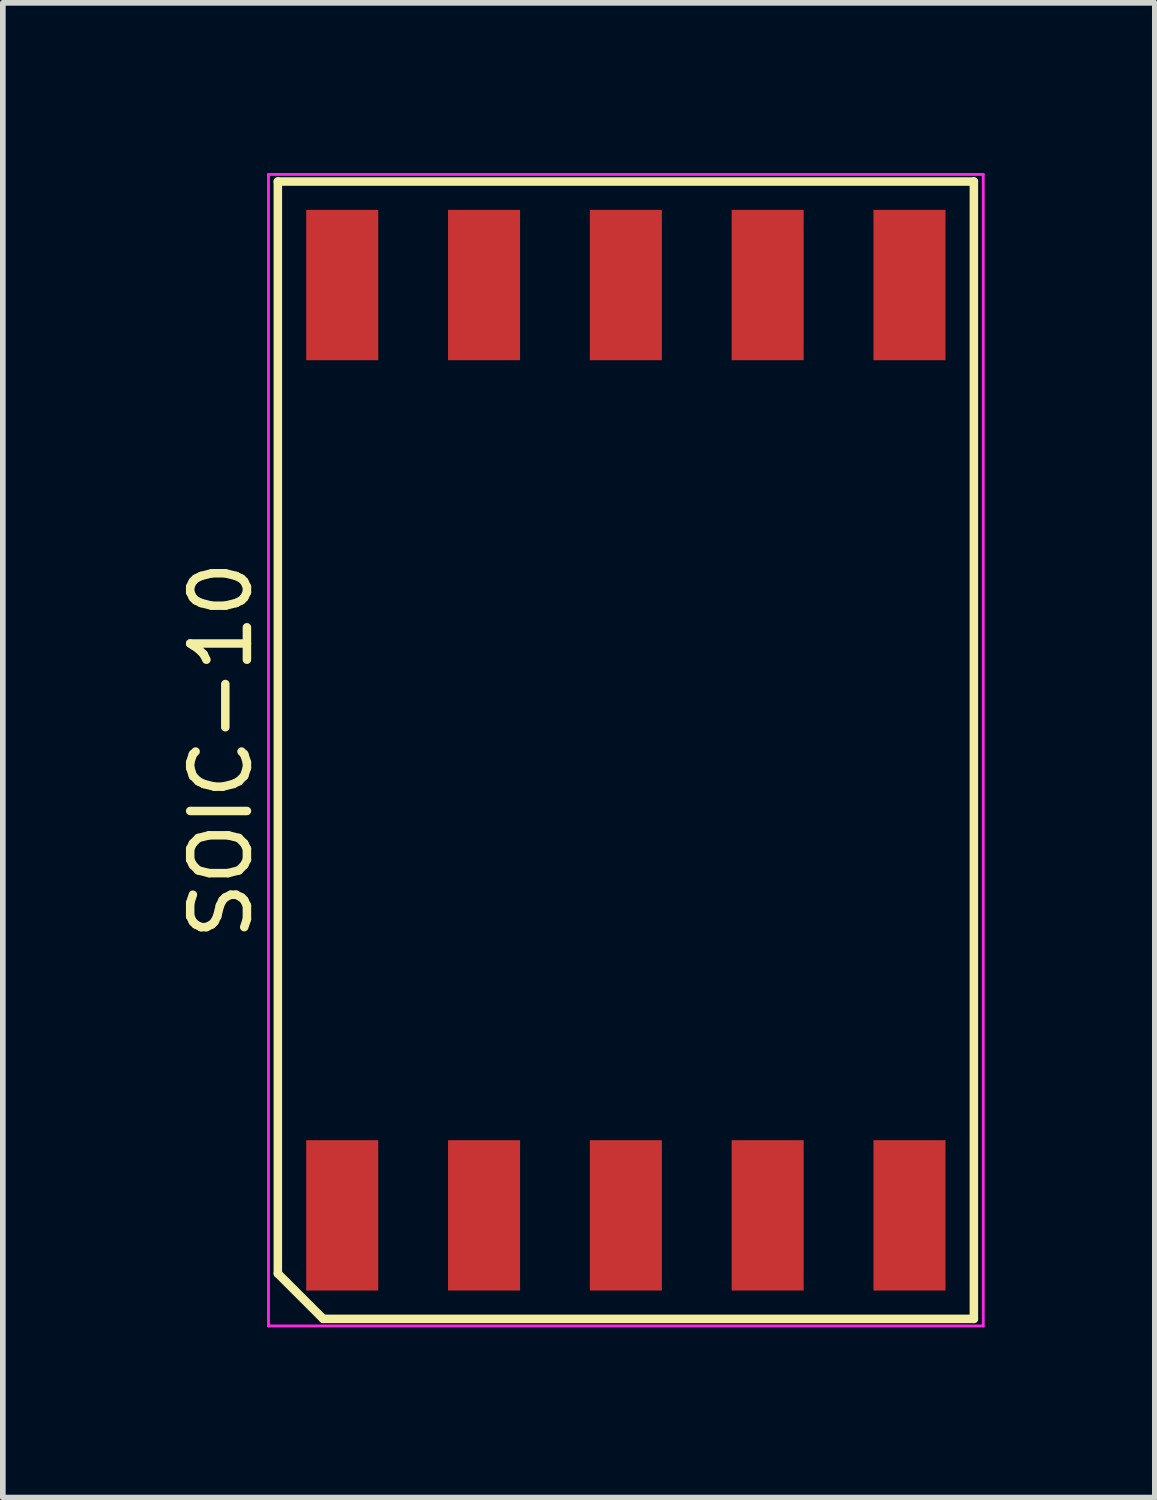
<source format=kicad_pcb>
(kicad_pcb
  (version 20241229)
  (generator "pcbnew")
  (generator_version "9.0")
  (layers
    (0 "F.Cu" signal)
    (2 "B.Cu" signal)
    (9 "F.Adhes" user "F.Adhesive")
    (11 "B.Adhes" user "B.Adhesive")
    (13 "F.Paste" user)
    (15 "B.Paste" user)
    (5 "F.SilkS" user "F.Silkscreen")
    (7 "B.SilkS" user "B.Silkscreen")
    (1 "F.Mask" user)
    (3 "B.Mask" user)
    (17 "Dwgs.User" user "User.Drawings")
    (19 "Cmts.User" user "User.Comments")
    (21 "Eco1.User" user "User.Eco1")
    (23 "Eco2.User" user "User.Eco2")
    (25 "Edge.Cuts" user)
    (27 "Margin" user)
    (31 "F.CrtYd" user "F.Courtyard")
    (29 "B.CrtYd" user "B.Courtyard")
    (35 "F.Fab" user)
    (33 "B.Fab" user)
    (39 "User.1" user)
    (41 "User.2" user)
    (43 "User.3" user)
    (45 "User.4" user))
  (footprint "SOIC-10"
    (layer "F.Cu")
    (at 7.983 10.175)
    (property "Reference" "SOIC-10" (at -7.135 0 90) (layer "F.SilkS") (effects (font (size 1 1) (thickness 0.15))))
    (attr smd)
    (fp_line (start -6.135 -10.025) (end 6.135 -10.025) (stroke (width 0.15) (type solid)) (layer "F.SilkS"))
    (fp_line (start -6.135 9.225) (end -6.135 -10.025) (stroke (width 0.15) (type solid)) (layer "F.SilkS"))
    (fp_line (start -5.335 10.025) (end -6.135 9.225) (stroke (width 0.15) (type solid)) (layer "F.SilkS"))
    (fp_line (start 6.135 -10.025) (end 6.135 10.025) (stroke (width 0.15) (type solid)) (layer "F.SilkS"))
    (fp_line (start 6.135 10.025) (end -5.335 10.025) (stroke (width 0.15) (type solid)) (layer "F.SilkS"))
    (fp_line (start -6.3 -10.15) (end 6.3 -10.15) (stroke (width 0.05) (type solid)) (layer "F.CrtYd"))
    (fp_line (start -6.3 10.15) (end -6.3 -10.15) (stroke (width 0.05) (type solid)) (layer "F.CrtYd"))
    (fp_line (start 6.3 -10.15) (end 6.3 10.15) (stroke (width 0.05) (type solid)) (layer "F.CrtYd"))
    (fp_line (start 6.3 10.15) (end -6.3 10.15) (stroke (width 0.05) (type solid)) (layer "F.CrtYd"))
    (pad "1" smd rect (at -5 8.2) (size 1.27 2.65) (layers "F.Cu" "F.Mask" "F.Paste"))
    (pad "2" smd rect (at -2.5 8.2) (size 1.27 2.65) (layers "F.Cu" "F.Mask" "F.Paste"))
    (pad "3" smd rect (at 0 8.2) (size 1.27 2.65) (layers "F.Cu" "F.Mask" "F.Paste"))
    (pad "4" smd rect (at 2.5 8.2) (size 1.27 2.65) (layers "F.Cu" "F.Mask" "F.Paste"))
    (pad "5" smd rect (at 5 8.2) (size 1.27 2.65) (layers "F.Cu" "F.Mask" "F.Paste"))
    (pad "6" smd rect (at 5 -8.2) (size 1.27 2.65) (layers "F.Cu" "F.Mask" "F.Paste"))
    (pad "7" smd rect (at 2.5 -8.2) (size 1.27 2.65) (layers "F.Cu" "F.Mask" "F.Paste"))
    (pad "8" smd rect (at 0 -8.2) (size 1.27 2.65) (layers "F.Cu" "F.Mask" "F.Paste"))
    (pad "9" smd rect (at -2.5 -8.2) (size 1.27 2.65) (layers "F.Cu" "F.Mask" "F.Paste"))
    (pad "10" smd rect (at -5 -8.2) (size 1.27 2.65) (layers "F.Cu" "F.Mask" "F.Paste")))
  (gr_rect
    (start -3 -3)
    (end 17.308 23.35)
    (stroke (width 0.1) (type default))
    (fill no)
    (layer "Edge.Cuts")))
</source>
